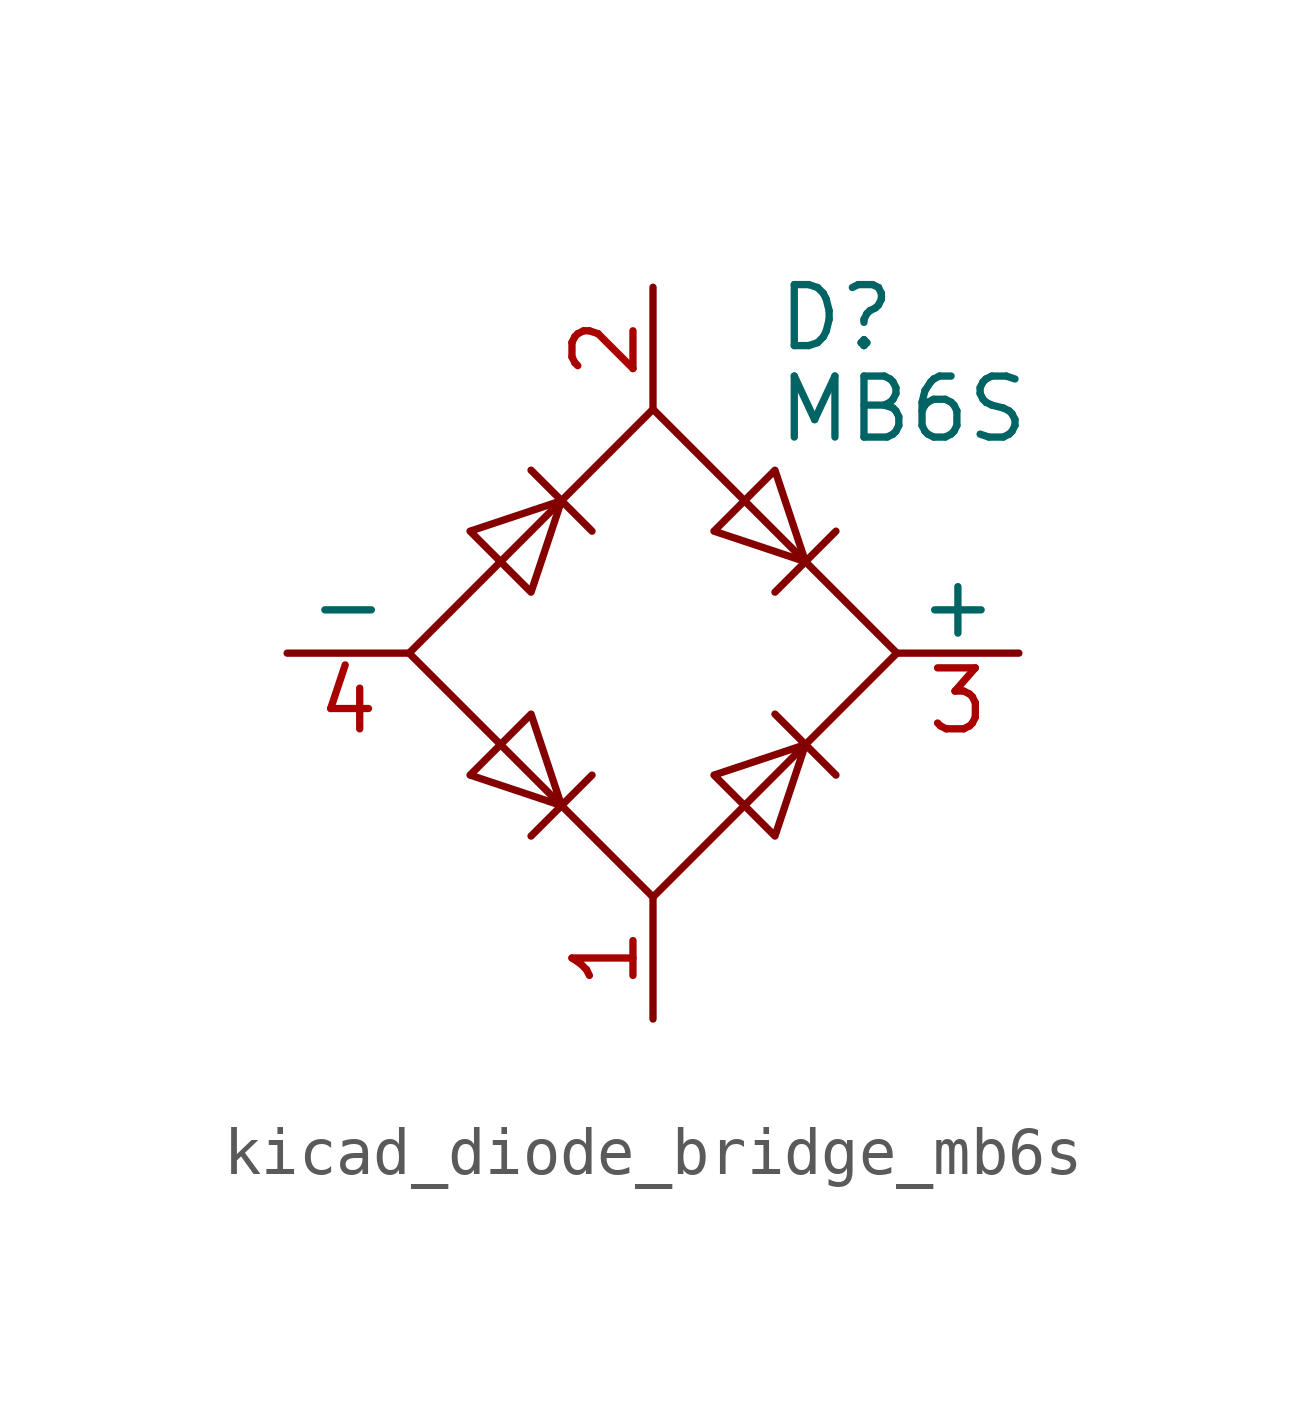
<source format=kicad_sym>
(kicad_symbol_lib
  (version 20220914)
  (generator kicad_symbol_editor)
  (symbol "kicad_diode_bridge_mb6s"
    (pin_names
      (offset 0))
    (property "Reference" "D"
      (at 2.54 6.985 0)
      (effects (font (size 1.27 1.27)) (justify left)))
    (property "Value" "MB6S"
      (at 2.54 5.08 0)
      (effects (font (size 1.27 1.27)) (justify left)))
    (symbol "kicad_diode_bridge_mb6s_0_1"
      (polyline (pts (xy -2.54 3.81) (xy -1.27 2.54)) (stroke (width 0) (type default)) (fill (type none)))
      (polyline (pts (xy -1.27 -2.54) (xy -2.54 -3.81)) (stroke (width 0) (type default)) (fill (type none)))
      (polyline (pts (xy 2.54 -1.27) (xy 3.81 -2.54)) (stroke (width 0) (type default)) (fill (type none)))
      (polyline (pts (xy 2.54 1.27) (xy 3.81 2.54)) (stroke (width 0) (type default)) (fill (type none)))
      (polyline (pts (xy -3.81 2.54) (xy -2.54 1.27) (xy -1.905 3.175) (xy -3.81 2.54)) (stroke (width 0) (type default)) (fill (type none)))
      (polyline (pts (xy -2.54 -1.27) (xy -3.81 -2.54) (xy -1.905 -3.175) (xy -2.54 -1.27)) (stroke (width 0) (type default)) (fill (type none)))
      (polyline (pts (xy 1.27 2.54) (xy 2.54 3.81) (xy 3.175 1.905) (xy 1.27 2.54)) (stroke (width 0) (type default)) (fill (type none)))
      (polyline (pts (xy 3.175 -1.905) (xy 1.27 -2.54) (xy 2.54 -3.81) (xy 3.175 -1.905)) (stroke (width 0) (type default)) (fill (type none)))
      (polyline (pts (xy -5.08 0) (xy 0 -5.08) (xy 5.08 0) (xy 0 5.08) (xy -5.08 0)) (stroke (width 0) (type default)) (fill (type none))))
    (symbol "kicad_diode_bridge_mb6s_1_1"
      (pin passive line (at 0 -7.62 90) (length 2.54) (name "~" (effects (font (size 1.27 1.27)))) (number "1" (effects (font (size 1.27 1.27)))))
      (pin passive line (at 0 7.62 270) (length 2.54) (name "~" (effects (font (size 1.27 1.27)))) (number "2" (effects (font (size 1.27 1.27)))))
      (pin passive line (at 7.62 0 180) (length 2.54) (name "+" (effects (font (size 1.27 1.27)))) (number "3" (effects (font (size 1.27 1.27)))))
      (pin passive line (at -7.62 0 0) (length 2.54) (name "-" (effects (font (size 1.27 1.27)))) (number "4" (effects (font (size 1.27 1.27))))))))
</source>
